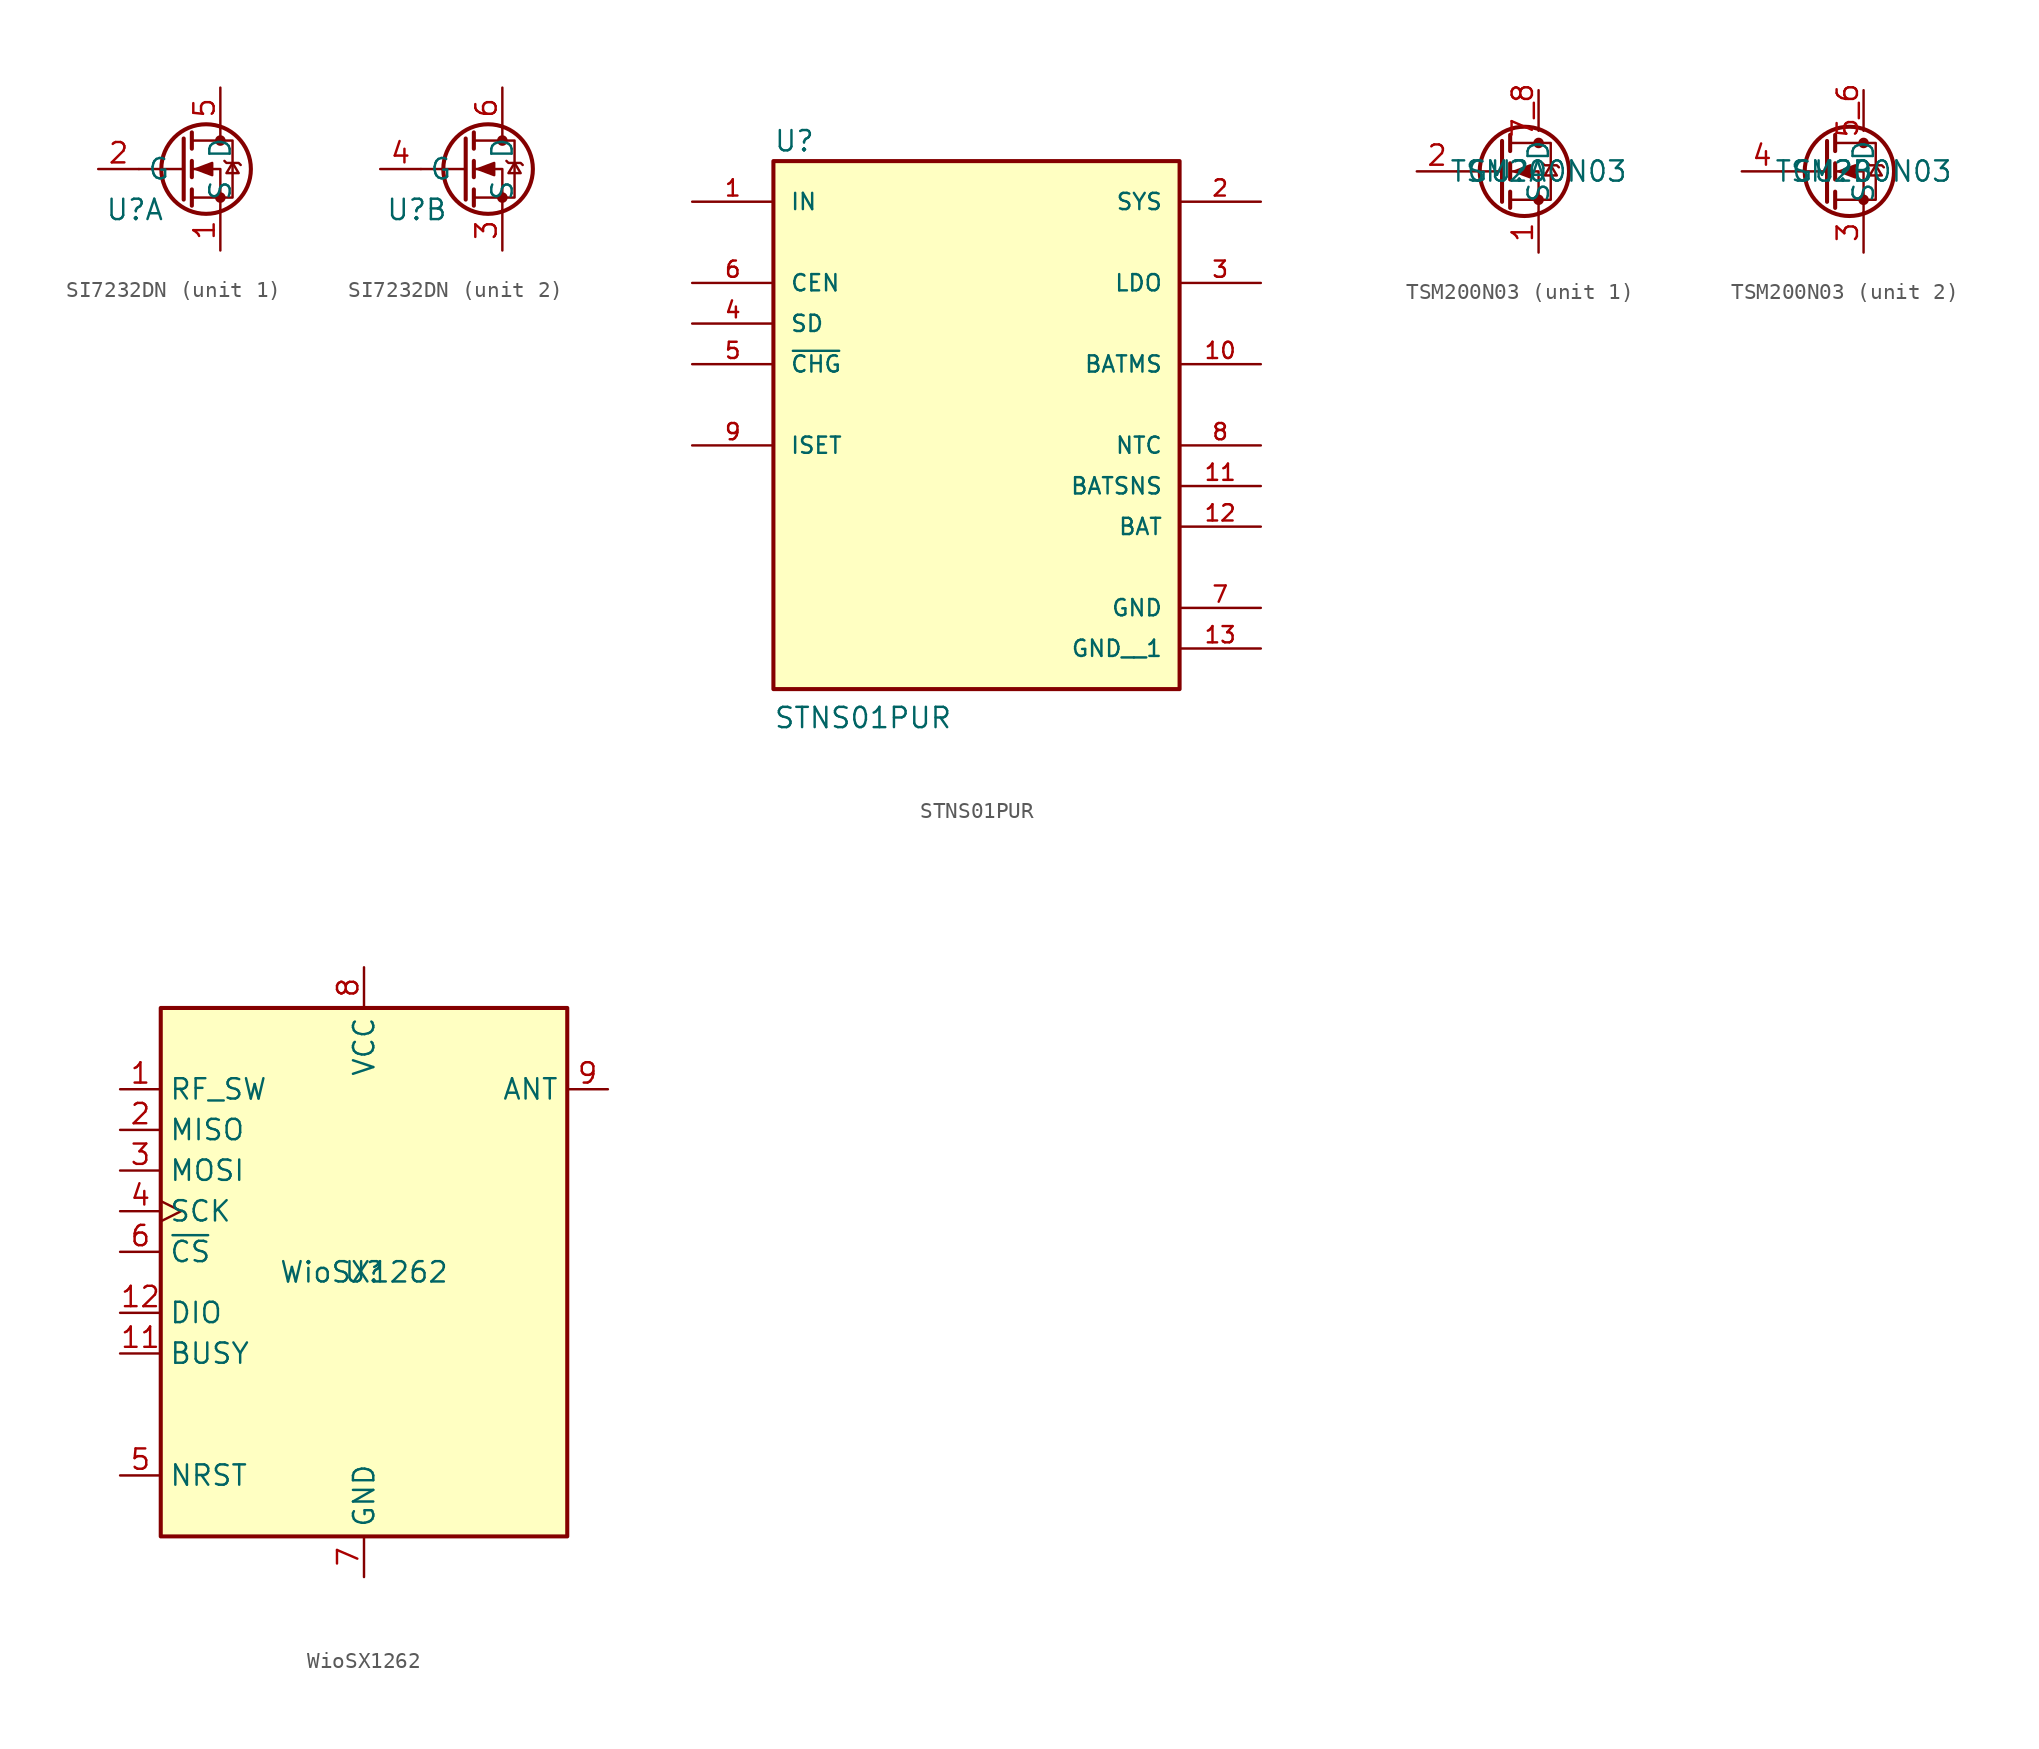
<source format=kicad_sym>
(kicad_symbol_lib
  (version 20241209)
  (generator "kicad_symbol_editor")
  (generator_version "9.0")
  (symbol "SI7232DN"
    (property "Reference" "U"
      (at -5.334 -2.54 0)
      (effects (font (size 1.27 1.27))))
    (property "Value" ""
      (at -5.334 -2.54 0)
      (effects (font (size 1.27 1.27))))
    (symbol "SI7232DN_0_1"
      (polyline (pts (xy -2.286 1.905) (xy -2.286 -1.905)) (stroke (width 0.254) (type default)) (fill (type none)))
      (polyline (pts (xy -2.286 0) (xy -5.08 0)) (stroke (width 0) (type default)) (fill (type none)))
      (polyline (pts (xy -1.778 2.286) (xy -1.778 1.27)) (stroke (width 0.254) (type default)) (fill (type none)))
      (polyline (pts (xy -1.778 0.508) (xy -1.778 -0.508)) (stroke (width 0.254) (type default)) (fill (type none)))
      (polyline (pts (xy -1.778 -1.27) (xy -1.778 -2.286)) (stroke (width 0.254) (type default)) (fill (type none)))
      (polyline (pts (xy -1.778 -1.778) (xy 0.762 -1.778) (xy 0.762 1.778) (xy -1.778 1.778)) (stroke (width 0) (type default)) (fill (type none)))
      (polyline (pts (xy -1.524 0) (xy -0.508 0.381) (xy -0.508 -0.381) (xy -1.524 0)) (stroke (width 0) (type default)) (fill (type outline)))
      (circle (center -0.889 0) (radius 2.794) (stroke (width 0.254) (type default)) (fill (type none)))
      (polyline (pts (xy 0 2.54) (xy 0 1.778)) (stroke (width 0) (type default)) (fill (type none)))
      (circle (center 0 1.778) (radius 0.254) (stroke (width 0) (type default)) (fill (type outline)))
      (circle (center 0 -1.778) (radius 0.254) (stroke (width 0) (type default)) (fill (type outline)))
      (polyline (pts (xy 0 -2.54) (xy 0 0) (xy -1.778 0)) (stroke (width 0) (type default)) (fill (type none)))
      (polyline (pts (xy 0.254 0.508) (xy 0.381 0.381) (xy 1.143 0.381) (xy 1.27 0.254)) (stroke (width 0) (type default)) (fill (type none)))
      (polyline (pts (xy 0.762 0.381) (xy 0.381 -0.254) (xy 1.143 -0.254) (xy 0.762 0.381)) (stroke (width 0) (type default)) (fill (type none))))
    (symbol "SI7232DN_1_1"
      (pin passive line (at -7.62 0 0) (length 2.54) (name "G" (effects (font (size 1.27 1.27)))) (number "2" (effects (font (size 1.27 1.27)))))
      (pin passive line (at 0 5.08 270) (length 2.54) (name "D" (effects (font (size 1.27 1.27)))) (number "5" (effects (font (size 1.27 1.27)))))
      (pin passive line (at 0 -5.08 90) (length 2.54) (name "S" (effects (font (size 1.27 1.27)))) (number "1" (effects (font (size 1.27 1.27))))))
    (symbol "SI7232DN_2_1"
      (pin passive line (at -7.62 0 0) (length 2.54) (name "G" (effects (font (size 1.27 1.27)))) (number "4" (effects (font (size 1.27 1.27)))))
      (pin passive line (at 0 5.08 270) (length 2.54) (name "D" (effects (font (size 1.27 1.27)))) (number "6" (effects (font (size 1.27 1.27)))))
      (pin passive line (at 0 -5.08 90) (length 2.54) (name "S" (effects (font (size 1.27 1.27)))) (number "3" (effects (font (size 1.27 1.27)))))))
  (symbol "STNS01PUR"
    (pin_names
      (offset 1.016))
    (property "Reference" "U"
      (at -12.7 15.748 0)
      (effects (font (size 1.27 1.27)) (justify left bottom)))
    (property "Value" "STNS01PUR"
      (at -12.7 -20.32 0)
      (effects (font (size 1.27 1.27)) (justify left bottom)))
    (symbol "STNS01PUR_0_0"
      (rectangle (start -12.7 -17.78) (end 12.7 15.24) (stroke (width 0.254) (type default)) (fill (type background)))
      (pin input line (at -17.78 12.7 0) (length 5.08) (name "IN" (effects (font (size 1.016 1.016)))) (number "1" (effects (font (size 1.016 1.016)))))
      (pin input line (at -17.78 7.62 0) (length 5.08) (name "CEN" (effects (font (size 1.016 1.016)))) (number "6" (effects (font (size 1.016 1.016)))))
      (pin input line (at -17.78 5.08 0) (length 5.08) (name "SD" (effects (font (size 1.016 1.016)))) (number "4" (effects (font (size 1.016 1.016)))))
      (pin output line (at -17.78 2.54 0) (length 5.08) (name "~{CHG}" (effects (font (size 1.016 1.016)))) (number "5" (effects (font (size 1.016 1.016)))))
      (pin passive line (at -17.78 -2.54 0) (length 5.08) (name "ISET" (effects (font (size 1.016 1.016)))) (number "9" (effects (font (size 1.016 1.016)))))
      (pin output line (at 17.78 12.7 180) (length 5.08) (name "SYS" (effects (font (size 1.016 1.016)))) (number "2" (effects (font (size 1.016 1.016)))))
      (pin output line (at 17.78 7.62 180) (length 5.08) (name "LDO" (effects (font (size 1.016 1.016)))) (number "3" (effects (font (size 1.016 1.016)))))
      (pin passive line (at 17.78 2.54 180) (length 5.08) (name "BATMS" (effects (font (size 1.016 1.016)))) (number "10" (effects (font (size 1.016 1.016)))))
      (pin passive line (at 17.78 -2.54 180) (length 5.08) (name "NTC" (effects (font (size 1.016 1.016)))) (number "8" (effects (font (size 1.016 1.016)))))
      (pin passive line (at 17.78 -5.08 180) (length 5.08) (name "BATSNS" (effects (font (size 1.016 1.016)))) (number "11" (effects (font (size 1.016 1.016)))))
      (pin power_in line (at 17.78 -7.62 180) (length 5.08) (name "BAT" (effects (font (size 1.016 1.016)))) (number "12" (effects (font (size 1.016 1.016)))))
      (pin power_in line (at 17.78 -12.7 180) (length 5.08) (name "GND" (effects (font (size 1.016 1.016)))) (number "7" (effects (font (size 1.016 1.016)))))
      (pin power_in line (at 17.78 -15.24 180) (length 5.08) (name "GND__1" (effects (font (size 1.016 1.016)))) (number "13" (effects (font (size 1.016 1.016)))))))
  (symbol "TSM200N03"
    (property "Reference" "U"
      (at -1.27 0 0)
      (effects (font (size 1.27 1.27))))
    (property "Value" "TSM200N03"
      (at 0 0 0)
      (effects (font (size 1.27 1.27))))
    (symbol "TSM200N03_0_1"
      (polyline (pts (xy -2.286 1.905) (xy -2.286 -1.905)) (stroke (width 0.254) (type default)) (fill (type none)))
      (polyline (pts (xy -2.286 0) (xy -5.08 0)) (stroke (width 0) (type default)) (fill (type none)))
      (polyline (pts (xy -1.778 2.286) (xy -1.778 1.27)) (stroke (width 0.254) (type default)) (fill (type none)))
      (polyline (pts (xy -1.778 0.508) (xy -1.778 -0.508)) (stroke (width 0.254) (type default)) (fill (type none)))
      (polyline (pts (xy -1.778 -1.27) (xy -1.778 -2.286)) (stroke (width 0.254) (type default)) (fill (type none)))
      (polyline (pts (xy -1.778 -1.778) (xy 0.762 -1.778) (xy 0.762 1.778) (xy -1.778 1.778)) (stroke (width 0) (type default)) (fill (type none)))
      (polyline (pts (xy -1.524 0) (xy -0.508 0.381) (xy -0.508 -0.381) (xy -1.524 0)) (stroke (width 0) (type default)) (fill (type outline)))
      (circle (center -0.889 0) (radius 2.794) (stroke (width 0.254) (type default)) (fill (type none)))
      (circle (center 0 1.778) (radius 0.254) (stroke (width 0) (type default)) (fill (type outline)))
      (circle (center 0 -1.778) (radius 0.254) (stroke (width 0) (type default)) (fill (type outline)))
      (polyline (pts (xy 0 -2.54) (xy 0 0) (xy -1.778 0)) (stroke (width 0) (type default)) (fill (type none)))
      (polyline (pts (xy 0.254 0.508) (xy 0.381 0.381) (xy 1.143 0.381) (xy 1.27 0.254)) (stroke (width 0) (type default)) (fill (type none)))
      (polyline (pts (xy 0.762 0.381) (xy 0.381 -0.254) (xy 1.143 -0.254) (xy 0.762 0.381)) (stroke (width 0) (type default)) (fill (type none))))
    (symbol "TSM200N03_1_1"
      (pin passive line (at -7.62 0 0) (length 2.54) (name "G" (effects (font (size 1.27 1.27)))) (number "2" (effects (font (size 1.27 1.27)))))
      (pin passive line (at 0 5.08 270) (length 2.54) (name "D" (effects (font (size 1.27 1.27)))) (number "7_8" (effects (font (size 1.27 1.27)))))
      (pin passive line (at 0 -5.08 90) (length 2.54) (name "S" (effects (font (size 1.27 1.27)))) (number "1" (effects (font (size 1.27 1.27))))))
    (symbol "TSM200N03_2_1"
      (pin passive line (at -7.62 0 0) (length 2.54) (name "G" (effects (font (size 1.27 1.27)))) (number "4" (effects (font (size 1.27 1.27)))))
      (pin passive line (at 0 5.08 270) (length 2.54) (name "D" (effects (font (size 1.27 1.27)))) (number "5_6" (effects (font (size 1.27 1.27)))))
      (pin passive line (at 0 -5.08 90) (length 2.54) (name "S" (effects (font (size 1.27 1.27)))) (number "3" (effects (font (size 1.27 1.27)))))))
  (symbol "WioSX1262"
    (property "Reference" "U"
      (at 0 0 0)
      (effects (font (size 1.27 1.27))))
    (property "Value" "WioSX1262"
      (at 0 0 0)
      (effects (font (size 1.27 1.27))))
    (symbol "WioSX1262_0_0"
      (rectangle (start -12.7 -16.51) (end 12.7 16.51) (stroke (width 0.254) (type default)) (fill (type background))))
    (symbol "WioSX1262_1_1"
      (pin input line (at -15.24 11.43 0) (length 2.54) (name "RF_SW" (effects (font (size 1.27 1.27)))) (number "1" (effects (font (size 1.27 1.27)))))
      (pin output line (at -15.24 8.89 0) (length 2.54) (name "MISO" (effects (font (size 1.27 1.27)))) (number "2" (effects (font (size 1.27 1.27)))))
      (pin input line (at -15.24 6.35 0) (length 2.54) (name "MOSI" (effects (font (size 1.27 1.27)))) (number "3" (effects (font (size 1.27 1.27)))))
      (pin input clock (at -15.24 3.81 0) (length 2.54) (name "SCK" (effects (font (size 1.27 1.27)))) (number "4" (effects (font (size 1.27 1.27)))))
      (pin input line (at -15.24 1.27 0) (length 2.54) (name "~{CS}" (effects (font (size 1.27 1.27)))) (number "6" (effects (font (size 1.27 1.27)))))
      (pin bidirectional line (at -15.24 -2.54 0) (length 2.54) (name "DIO" (effects (font (size 1.27 1.27)))) (number "12" (effects (font (size 1.27 1.27)))))
      (pin output line (at -15.24 -5.08 0) (length 2.54) (name "BUSY" (effects (font (size 1.27 1.27)))) (number "11" (effects (font (size 1.27 1.27)))))
      (pin input line (at -15.24 -12.7 0) (length 2.54) (name "NRST" (effects (font (size 1.27 1.27)))) (number "5" (effects (font (size 1.27 1.27)))))
      (pin power_in line (at 0 19.05 270) (length 2.54) (name "VCC" (effects (font (size 1.27 1.27)))) (number "8" (effects (font (size 1.27 1.27)))))
      (pin power_in line (at 0 -19.05 90) (length 2.54) (hide yes) (name "GND" (effects (font (size 1.27 1.27)))) (number "10" (effects (font (size 1.27 1.27)))))
      (pin power_in line (at 0 -19.05 90) (length 2.54) (name "GND" (effects (font (size 1.27 1.27)))) (number "7" (effects (font (size 1.27 1.27)))))
      (pin output line (at 15.24 11.43 180) (length 2.54) (name "ANT" (effects (font (size 1.27 1.27)))) (number "9" (effects (font (size 1.27 1.27))))))))
</source>
